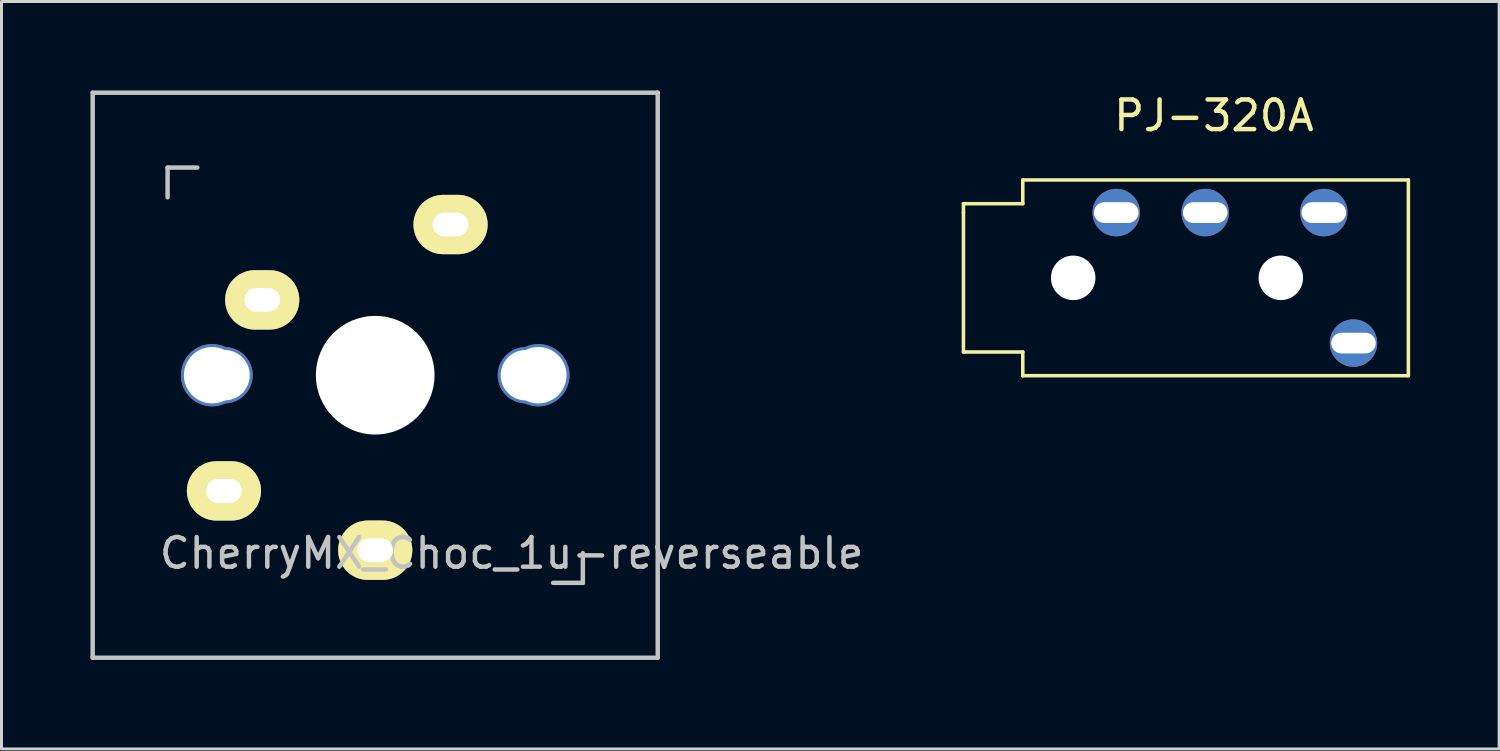
<source format=kicad_pcb>
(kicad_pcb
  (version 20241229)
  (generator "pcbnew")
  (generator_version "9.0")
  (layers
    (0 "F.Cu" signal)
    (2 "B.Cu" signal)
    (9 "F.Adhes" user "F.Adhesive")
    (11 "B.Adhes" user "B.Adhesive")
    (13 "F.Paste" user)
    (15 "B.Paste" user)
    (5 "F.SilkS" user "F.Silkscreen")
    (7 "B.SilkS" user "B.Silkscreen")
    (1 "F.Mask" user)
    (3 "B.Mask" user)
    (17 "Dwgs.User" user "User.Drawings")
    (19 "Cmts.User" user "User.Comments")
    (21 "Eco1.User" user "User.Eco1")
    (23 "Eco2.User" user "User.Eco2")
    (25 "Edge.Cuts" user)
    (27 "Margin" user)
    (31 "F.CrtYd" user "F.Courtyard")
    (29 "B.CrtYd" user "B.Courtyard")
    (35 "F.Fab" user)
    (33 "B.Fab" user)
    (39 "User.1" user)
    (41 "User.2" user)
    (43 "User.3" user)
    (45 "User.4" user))
  (footprint "CherryMX_Choc_1u-reverseable"
    (layer "F.Cu")
    (at 9.6 9.6)
    (property "Reference" "CherryMX_Choc_1u-reverseable" (at 4.6 6 180) (layer "Dwgs.User") (effects (font (size 1 1) (thickness 0.15))))
    (attr through_hole)
    (fp_line (start -9.525 -9.525) (end 9.525 -9.525) (stroke (width 0.15) (type solid)) (layer "Dwgs.User"))
    (fp_line (start -9.525 9.525) (end -9.525 -9.525) (stroke (width 0.15) (type solid)) (layer "Dwgs.User"))
    (fp_line (start -7 -7) (end -6 -7) (stroke (width 0.15) (type solid)) (layer "Dwgs.User"))
    (fp_line (start -7 -6) (end -7 -7) (stroke (width 0.15) (type solid)) (layer "Dwgs.User"))
    (fp_line (start 6 7) (end 7 7) (stroke (width 0.15) (type solid)) (layer "Dwgs.User"))
    (fp_line (start 7 7) (end 7 6) (stroke (width 0.15) (type solid)) (layer "Dwgs.User"))
    (fp_line (start 9.525 -9.525) (end 9.525 9.525) (stroke (width 0.15) (type solid)) (layer "Dwgs.User"))
    (fp_line (start 9.525 9.525) (end -9.525 9.525) (stroke (width 0.15) (type solid)) (layer "Dwgs.User"))
    (pad "" np_thru_hole circle (at -5.5 0 90) (size 2.1 2.1) (drill 1.9) (layers "*.Cu" "*.Mask"))
    (pad "" np_thru_hole circle (at -5.08 0) (size 1.9 1.9) (drill 1.7) (layers "*.Cu" "*.Mask"))
    (pad "" np_thru_hole circle (at 0 0 90) (size 4 4) (drill 4) (layers "*.Cu" "*.Mask"))
    (pad "" np_thru_hole circle (at 5.08 0) (size 1.9 1.9) (drill 1.7) (layers "*.Cu" "*.Mask"))
    (pad "" np_thru_hole circle (at 5.5 0 90) (size 2.1 2.1) (drill 1.9) (layers "*.Cu" "*.Mask"))
    (pad "1" thru_hole oval (at -5.1 3.9) (size 2.5 2) (drill oval 1.2 0.8) (layers "*.Cu" "B.Mask" "F.SilkS"))
    (pad "1" thru_hole oval (at -3.81 -2.54) (size 2.5 2) (drill oval 1.2 0.8) (layers "*.Cu" "B.Mask" "F.SilkS"))
    (pad "2" thru_hole oval (at 0 5.9) (size 2.5 2) (drill oval 1.2 0.8) (layers "*.Cu" "B.Mask" "F.SilkS"))
    (pad "2" thru_hole oval (at 2.54 -5.08) (size 2.5 2) (drill oval 1.2 0.8) (layers "*.Cu" "B.Mask" "F.SilkS")))
  (footprint "PJ-320A"
    (layer "F.Cu")
    (at 29.432 4.117)
    (property "Reference" "PJ-320A" (at 8.445 -3.269 0) (layer "F.SilkS") (effects (font (size 1 1) (thickness 0.15))))
    (attr through_hole)
    (fp_line (start 0 -0.3) (end 2 -0.3) (stroke (width 0.12) (type solid)) (layer "F.SilkS"))
    (fp_line (start 0 0) (end 0 -0.3) (stroke (width 0.12) (type solid)) (layer "F.SilkS"))
    (fp_line (start 0 0) (end 0 4.7) (stroke (width 0.12) (type solid)) (layer "F.SilkS"))
    (fp_line (start 0 4.7) (end 2 4.7) (stroke (width 0.12) (type solid)) (layer "F.SilkS"))
    (fp_line (start 2 -1.1) (end 15 -1.1) (stroke (width 0.12) (type solid)) (layer "F.SilkS"))
    (fp_line (start 2 -0.3) (end 2 -1.1) (stroke (width 0.12) (type solid)) (layer "F.SilkS"))
    (fp_line (start 2 4.7) (end 2 5.5) (stroke (width 0.12) (type solid)) (layer "F.SilkS"))
    (fp_line (start 2 5.5) (end 15 5.5) (stroke (width 0.12) (type solid)) (layer "F.SilkS"))
    (fp_line (start 15 -1.1) (end 15 5.5) (stroke (width 0.12) (type solid)) (layer "F.SilkS"))
    (pad "" np_thru_hole circle (at 3.7 2.2) (size 1.5 1.5) (drill 1.5) (layers "*.Cu"))
    (pad "" np_thru_hole circle (at 10.7 2.2) (size 1.5 1.5) (drill 1.5) (layers "*.Cu"))
    (pad "R1" thru_hole circle (at 8.15 0) (size 1.6 1.6) (drill oval 1.5 0.7) (layers "*.Cu" "*.Mask"))
    (pad "R2" thru_hole circle (at 5.15 0) (size 1.6 1.6) (drill oval 1.5 0.7) (layers "*.Cu" "*.Mask"))
    (pad "S" thru_hole circle (at 13.15 4.4) (size 1.6 1.6) (drill oval 1.5 0.7) (layers "*.Cu" "*.Mask"))
    (pad "T" thru_hole circle (at 12.15 0) (size 1.6 1.6) (drill oval 1.5 0.7) (layers "*.Cu" "*.Mask")))
  (gr_rect
    (start -3 -3)
    (end 47.492 22.2)
    (stroke (width 0.1) (type default))
    (fill no)
    (layer "Edge.Cuts")))
</source>
